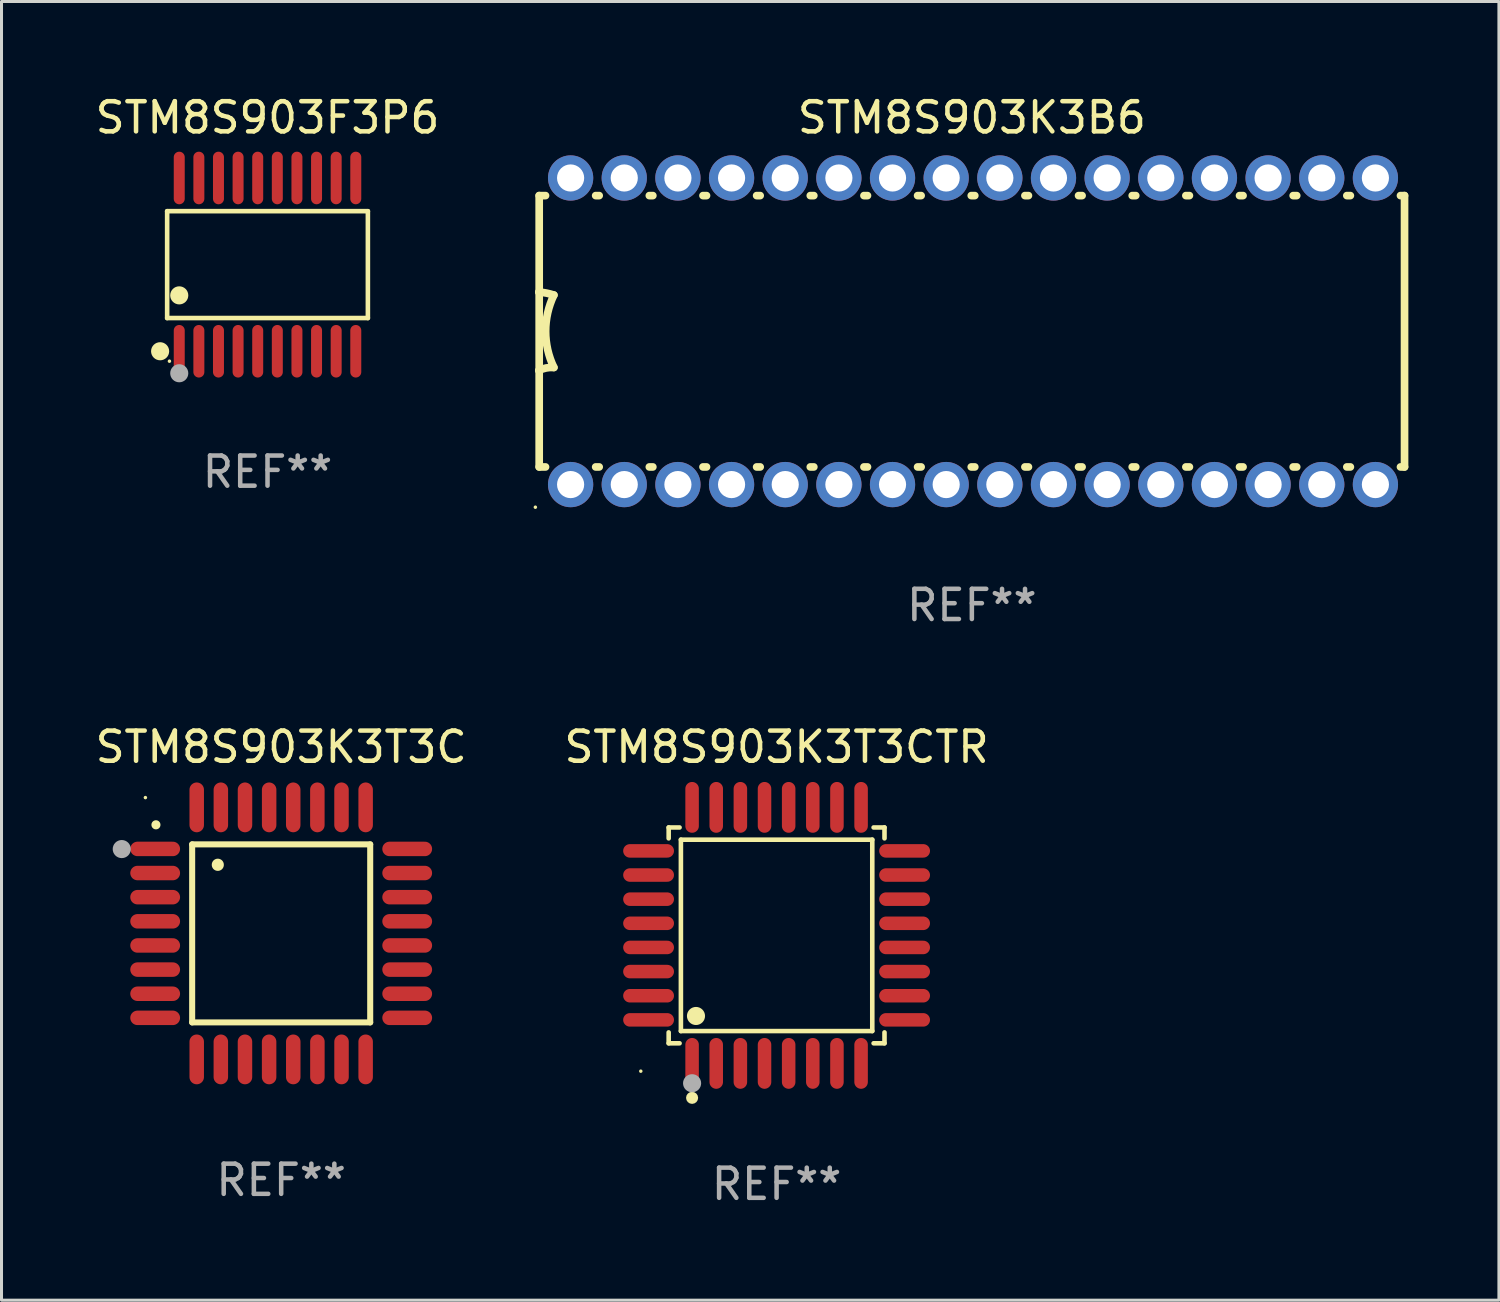
<source format=kicad_pcb>
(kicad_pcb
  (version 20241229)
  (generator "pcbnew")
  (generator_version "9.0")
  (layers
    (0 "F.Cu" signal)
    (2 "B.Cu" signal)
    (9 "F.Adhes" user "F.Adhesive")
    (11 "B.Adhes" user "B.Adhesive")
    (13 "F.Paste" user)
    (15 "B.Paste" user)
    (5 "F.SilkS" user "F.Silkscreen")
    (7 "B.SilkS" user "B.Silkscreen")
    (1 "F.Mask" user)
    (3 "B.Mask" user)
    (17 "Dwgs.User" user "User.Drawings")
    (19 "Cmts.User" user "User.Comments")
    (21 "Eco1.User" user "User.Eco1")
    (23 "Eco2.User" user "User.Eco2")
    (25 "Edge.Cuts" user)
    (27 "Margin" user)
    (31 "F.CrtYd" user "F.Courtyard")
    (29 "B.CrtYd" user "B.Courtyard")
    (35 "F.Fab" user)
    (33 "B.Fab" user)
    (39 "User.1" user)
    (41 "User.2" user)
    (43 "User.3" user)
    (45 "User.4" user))
  (footprint "STM8S903K3T3C"
    (layer "F.Cu")
    (at 6.268 27.881)
    (property "Reference" "STM8S903K3T3C" (at 0 -6.176 0) (layer "F.SilkS") (effects (font (size 1 1) (thickness 0.15))))
    (attr through_hole)
    (fp_line (start -2.95 -2.95) (end -2.95 2.95) (stroke (width 0.2) (type solid)) (layer "F.SilkS"))
    (fp_line (start -2.95 2.95) (end 2.95 2.95) (stroke (width 0.2) (type solid)) (layer "F.SilkS"))
    (fp_line (start 2.95 -2.95) (end -2.95 -2.95) (stroke (width 0.2) (type solid)) (layer "F.SilkS"))
    (fp_line (start 2.95 2.95) (end 2.95 -2.95) (stroke (width 0.2) (type solid)) (layer "F.SilkS"))
    (fp_arc (start -4.150178 -3.596622) (mid -4.150183 -3.597892) (end -4.150178 -3.599162) (stroke (width 0.3) (type solid)) (layer "F.SilkS"))
    (fp_arc (start -2.100394 -2.270739) (mid -2.10041 -2.273279) (end -2.100394 -2.275819) (stroke (width 0.4) (type solid)) (layer "F.SilkS"))
    (fp_circle (center -4.5 -4.5) (end -4.47 -4.5) (stroke (width 0.06) (type solid)) (fill no) (layer "F.SilkS"))
    (fp_circle (center -5.283 -2.794) (end -5.133 -2.794) (stroke (width 0.3) (type solid)) (fill no) (layer "F.Fab"))
    (fp_text user "REF**" (at 0 8.176 0) (layer "F.Fab") (effects (font (size 1 1) (thickness 0.15))))
    (pad "1" smd oval (at -4.176 -2.799 90) (size 0.48 1.65) (layers "F.Cu" "F.Mask" "F.Paste"))
    (pad "2" smd oval (at -4.176 -2 90) (size 0.48 1.65) (layers "F.Cu" "F.Mask" "F.Paste"))
    (pad "3" smd oval (at -4.176 -1.2 90) (size 0.48 1.65) (layers "F.Cu" "F.Mask" "F.Paste"))
    (pad "4" smd oval (at -4.176 -0.4 90) (size 0.48 1.65) (layers "F.Cu" "F.Mask" "F.Paste"))
    (pad "5" smd oval (at -4.176 0.4 90) (size 0.48 1.65) (layers "F.Cu" "F.Mask" "F.Paste"))
    (pad "6" smd oval (at -4.176 1.2 90) (size 0.48 1.65) (layers "F.Cu" "F.Mask" "F.Paste"))
    (pad "7" smd oval (at -4.176 2 90) (size 0.48 1.65) (layers "F.Cu" "F.Mask" "F.Paste"))
    (pad "8" smd oval (at -4.176 2.799 90) (size 0.48 1.65) (layers "F.Cu" "F.Mask" "F.Paste"))
    (pad "9" smd oval (at -2.799 4.176) (size 0.48 1.65) (layers "F.Cu" "F.Mask" "F.Paste"))
    (pad "10" smd oval (at -2 4.176) (size 0.48 1.65) (layers "F.Cu" "F.Mask" "F.Paste"))
    (pad "11" smd oval (at -1.2 4.176) (size 0.48 1.65) (layers "F.Cu" "F.Mask" "F.Paste"))
    (pad "12" smd oval (at -0.4 4.176) (size 0.48 1.65) (layers "F.Cu" "F.Mask" "F.Paste"))
    (pad "13" smd oval (at 0.4 4.176) (size 0.48 1.65) (layers "F.Cu" "F.Mask" "F.Paste"))
    (pad "14" smd oval (at 1.2 4.176) (size 0.48 1.65) (layers "F.Cu" "F.Mask" "F.Paste"))
    (pad "15" smd oval (at 2 4.176) (size 0.48 1.65) (layers "F.Cu" "F.Mask" "F.Paste"))
    (pad "16" smd oval (at 2.799 4.176) (size 0.48 1.65) (layers "F.Cu" "F.Mask" "F.Paste"))
    (pad "17" smd oval (at 4.176 2.799 90) (size 0.48 1.65) (layers "F.Cu" "F.Mask" "F.Paste"))
    (pad "18" smd oval (at 4.176 2 90) (size 0.48 1.65) (layers "F.Cu" "F.Mask" "F.Paste"))
    (pad "19" smd oval (at 4.176 1.2 90) (size 0.48 1.65) (layers "F.Cu" "F.Mask" "F.Paste"))
    (pad "20" smd oval (at 4.176 0.4 90) (size 0.48 1.65) (layers "F.Cu" "F.Mask" "F.Paste"))
    (pad "21" smd oval (at 4.176 -0.4 90) (size 0.48 1.65) (layers "F.Cu" "F.Mask" "F.Paste"))
    (pad "22" smd oval (at 4.176 -1.2 90) (size 0.48 1.65) (layers "F.Cu" "F.Mask" "F.Paste"))
    (pad "23" smd oval (at 4.176 -2 90) (size 0.48 1.65) (layers "F.Cu" "F.Mask" "F.Paste"))
    (pad "24" smd oval (at 4.176 -2.799 90) (size 0.48 1.65) (layers "F.Cu" "F.Mask" "F.Paste"))
    (pad "25" smd oval (at 2.799 -4.176) (size 0.48 1.65) (layers "F.Cu" "F.Mask" "F.Paste"))
    (pad "26" smd oval (at 1.999 -4.176) (size 0.48 1.65) (layers "F.Cu" "F.Mask" "F.Paste"))
    (pad "27" smd oval (at 1.199 -4.176) (size 0.48 1.65) (layers "F.Cu" "F.Mask" "F.Paste"))
    (pad "28" smd oval (at 0.399 -4.176) (size 0.48 1.65) (layers "F.Cu" "F.Mask" "F.Paste"))
    (pad "29" smd oval (at -0.399 -4.176) (size 0.48 1.65) (layers "F.Cu" "F.Mask" "F.Paste"))
    (pad "30" smd oval (at -1.199 -4.176) (size 0.48 1.65) (layers "F.Cu" "F.Mask" "F.Paste"))
    (pad "31" smd oval (at -1.999 -4.176) (size 0.48 1.65) (layers "F.Cu" "F.Mask" "F.Paste"))
    (pad "32" smd oval (at -2.799 -4.176) (size 0.48 1.65) (layers "F.Cu" "F.Mask" "F.Paste")))
  (footprint "STM8S903K3B6"
    (layer "F.Cu")
    (at 29.156 7.928)
    (property "Reference" "STM8S903K3B6" (at 0 -7.08 0) (layer "F.SilkS") (effects (font (size 1 1) (thickness 0.15))))
    (attr through_hole)
    (fp_line (start -14.338 -4.496) (end -14.128 -4.496) (stroke (width 0.254) (type solid)) (layer "F.SilkS"))
    (fp_line (start -14.338 -1.295) (end -14.338 -4.496) (stroke (width 0.254) (type solid)) (layer "F.SilkS"))
    (fp_line (start -14.338 1.295) (end -14.338 -1.295) (stroke (width 0.254) (type solid)) (layer "F.SilkS"))
    (fp_line (start -14.338 4.496) (end -14.338 1.295) (stroke (width 0.254) (type solid)) (layer "F.SilkS"))
    (fp_line (start -14.338 4.496) (end -14.128 4.496) (stroke (width 0.254) (type solid)) (layer "F.SilkS"))
    (fp_line (start -12.466 -4.496) (end -12.35 -4.496) (stroke (width 0.254) (type solid)) (layer "F.SilkS"))
    (fp_line (start -12.466 4.496) (end -12.35 4.496) (stroke (width 0.254) (type solid)) (layer "F.SilkS"))
    (fp_line (start -10.688 -4.496) (end -10.572 -4.496) (stroke (width 0.254) (type solid)) (layer "F.SilkS"))
    (fp_line (start -10.688 4.496) (end -10.572 4.496) (stroke (width 0.254) (type solid)) (layer "F.SilkS"))
    (fp_line (start -8.91 -4.496) (end -8.793 -4.496) (stroke (width 0.254) (type solid)) (layer "F.SilkS"))
    (fp_line (start -8.91 4.496) (end -8.793 4.496) (stroke (width 0.254) (type solid)) (layer "F.SilkS"))
    (fp_line (start -7.132 -4.496) (end -7.015 -4.496) (stroke (width 0.254) (type solid)) (layer "F.SilkS"))
    (fp_line (start -7.132 4.496) (end -7.015 4.496) (stroke (width 0.254) (type solid)) (layer "F.SilkS"))
    (fp_line (start -5.354 -4.496) (end -5.237 -4.496) (stroke (width 0.254) (type solid)) (layer "F.SilkS"))
    (fp_line (start -5.354 4.496) (end -5.237 4.496) (stroke (width 0.254) (type solid)) (layer "F.SilkS"))
    (fp_line (start -3.576 -4.496) (end -3.459 -4.496) (stroke (width 0.254) (type solid)) (layer "F.SilkS"))
    (fp_line (start -3.576 4.496) (end -3.459 4.496) (stroke (width 0.254) (type solid)) (layer "F.SilkS"))
    (fp_line (start -1.798 -4.496) (end -1.681 -4.496) (stroke (width 0.254) (type solid)) (layer "F.SilkS"))
    (fp_line (start -1.798 4.496) (end -1.681 4.496) (stroke (width 0.254) (type solid)) (layer "F.SilkS"))
    (fp_line (start -0.02 -4.496) (end 0.097 -4.496) (stroke (width 0.254) (type solid)) (layer "F.SilkS"))
    (fp_line (start -0.02 4.496) (end 0.097 4.496) (stroke (width 0.254) (type solid)) (layer "F.SilkS"))
    (fp_line (start 1.758 -4.496) (end 1.875 -4.496) (stroke (width 0.254) (type solid)) (layer "F.SilkS"))
    (fp_line (start 1.758 4.496) (end 1.875 4.496) (stroke (width 0.254) (type solid)) (layer "F.SilkS"))
    (fp_line (start 3.536 -4.496) (end 3.653 -4.496) (stroke (width 0.254) (type solid)) (layer "F.SilkS"))
    (fp_line (start 3.536 4.496) (end 3.653 4.496) (stroke (width 0.254) (type solid)) (layer "F.SilkS"))
    (fp_line (start 5.314 -4.496) (end 5.431 -4.496) (stroke (width 0.254) (type solid)) (layer "F.SilkS"))
    (fp_line (start 5.314 4.496) (end 5.431 4.496) (stroke (width 0.254) (type solid)) (layer "F.SilkS"))
    (fp_line (start 7.092 -4.496) (end 7.209 -4.496) (stroke (width 0.254) (type solid)) (layer "F.SilkS"))
    (fp_line (start 7.092 4.496) (end 7.209 4.496) (stroke (width 0.254) (type solid)) (layer "F.SilkS"))
    (fp_line (start 8.87 -4.496) (end 8.987 -4.496) (stroke (width 0.254) (type solid)) (layer "F.SilkS"))
    (fp_line (start 8.87 4.496) (end 8.987 4.496) (stroke (width 0.254) (type solid)) (layer "F.SilkS"))
    (fp_line (start 10.648 -4.496) (end 10.765 -4.496) (stroke (width 0.254) (type solid)) (layer "F.SilkS"))
    (fp_line (start 10.648 4.496) (end 10.765 4.496) (stroke (width 0.254) (type solid)) (layer "F.SilkS"))
    (fp_line (start 12.426 -4.496) (end 12.543 -4.496) (stroke (width 0.254) (type solid)) (layer "F.SilkS"))
    (fp_line (start 12.426 4.496) (end 12.543 4.496) (stroke (width 0.254) (type solid)) (layer "F.SilkS"))
    (fp_line (start 14.204 -4.496) (end 14.338 -4.496) (stroke (width 0.254) (type solid)) (layer "F.SilkS"))
    (fp_line (start 14.204 4.496) (end 14.338 4.496) (stroke (width 0.254) (type solid)) (layer "F.SilkS"))
    (fp_line (start 14.338 -4.496) (end 14.338 4.496) (stroke (width 0.254) (type solid)) (layer "F.SilkS"))
    (fp_arc (start -14.350902 -1.3) (mid -14.09779 -1.26556) (end -13.850902 -1.2) (stroke (width 0.254001) (type solid)) (layer "F.SilkS"))
    (fp_arc (start -14.350902 1.3) (mid -14.107595 1.216535) (end -13.850902 1.2) (stroke (width 0.254001) (type solid)) (layer "F.SilkS"))
    (fp_arc (start -13.850902 1.2) (mid -14.123939 0) (end -13.850902 -1.2) (stroke (width 0.254001) (type solid)) (layer "F.SilkS"))
    (fp_circle (center -14.465 5.83) (end -14.435 5.83) (stroke (width 0.06) (type solid)) (fill no) (layer "F.SilkS"))
    (fp_text user "REF**" (at 0 9.08 0) (layer "F.Fab") (effects (font (size 1 1) (thickness 0.15))))
    (pad "1" thru_hole circle (at -13.297 5.08) (size 1.5 1.5) (drill 0.9) (layers "*.Cu" "*.Mask"))
    (pad "2" thru_hole circle (at -11.519 5.08) (size 1.5 1.5) (drill 0.9) (layers "*.Cu" "*.Mask"))
    (pad "3" thru_hole circle (at -9.741 5.08) (size 1.5 1.5) (drill 0.9) (layers "*.Cu" "*.Mask"))
    (pad "4" thru_hole circle (at -7.963 5.08) (size 1.5 1.5) (drill 0.9) (layers "*.Cu" "*.Mask"))
    (pad "5" thru_hole circle (at -6.185 5.08) (size 1.5 1.5) (drill 0.9) (layers "*.Cu" "*.Mask"))
    (pad "6" thru_hole circle (at -4.407 5.08) (size 1.5 1.5) (drill 0.9) (layers "*.Cu" "*.Mask"))
    (pad "7" thru_hole circle (at -2.629 5.08) (size 1.5 1.5) (drill 0.9) (layers "*.Cu" "*.Mask"))
    (pad "8" thru_hole circle (at -0.851 5.08) (size 1.5 1.5) (drill 0.9) (layers "*.Cu" "*.Mask"))
    (pad "9" thru_hole circle (at 0.927 5.08) (size 1.5 1.5) (drill 0.9) (layers "*.Cu" "*.Mask"))
    (pad "10" thru_hole circle (at 2.705 5.08) (size 1.5 1.5) (drill 0.9) (layers "*.Cu" "*.Mask"))
    (pad "11" thru_hole circle (at 4.483 5.08) (size 1.5 1.5) (drill 0.9) (layers "*.Cu" "*.Mask"))
    (pad "12" thru_hole circle (at 6.261 5.08) (size 1.5 1.5) (drill 0.9) (layers "*.Cu" "*.Mask"))
    (pad "13" thru_hole circle (at 8.039 5.08) (size 1.5 1.5) (drill 0.9) (layers "*.Cu" "*.Mask"))
    (pad "14" thru_hole circle (at 9.817 5.08) (size 1.5 1.5) (drill 0.9) (layers "*.Cu" "*.Mask"))
    (pad "15" thru_hole circle (at 11.595 5.08) (size 1.5 1.5) (drill 0.9) (layers "*.Cu" "*.Mask"))
    (pad "16" thru_hole circle (at 13.373 5.08) (size 1.5 1.5) (drill 0.9) (layers "*.Cu" "*.Mask"))
    (pad "17" thru_hole circle (at 13.373 -5.08) (size 1.5 1.5) (drill 0.9) (layers "*.Cu" "*.Mask"))
    (pad "18" thru_hole circle (at 11.595 -5.08) (size 1.5 1.5) (drill 0.9) (layers "*.Cu" "*.Mask"))
    (pad "19" thru_hole circle (at 9.817 -5.08) (size 1.5 1.5) (drill 0.9) (layers "*.Cu" "*.Mask"))
    (pad "20" thru_hole circle (at 8.039 -5.08) (size 1.5 1.5) (drill 0.9) (layers "*.Cu" "*.Mask"))
    (pad "21" thru_hole circle (at 6.261 -5.08) (size 1.5 1.5) (drill 0.9) (layers "*.Cu" "*.Mask"))
    (pad "22" thru_hole circle (at 4.483 -5.08) (size 1.5 1.5) (drill 0.9) (layers "*.Cu" "*.Mask"))
    (pad "23" thru_hole circle (at 2.705 -5.08) (size 1.5 1.5) (drill 0.9) (layers "*.Cu" "*.Mask"))
    (pad "24" thru_hole circle (at 0.927 -5.08) (size 1.5 1.5) (drill 0.9) (layers "*.Cu" "*.Mask"))
    (pad "25" thru_hole circle (at -0.851 -5.08) (size 1.5 1.5) (drill 0.9) (layers "*.Cu" "*.Mask"))
    (pad "26" thru_hole circle (at -2.629 -5.08) (size 1.5 1.5) (drill 0.9) (layers "*.Cu" "*.Mask"))
    (pad "27" thru_hole circle (at -4.407 -5.08) (size 1.5 1.5) (drill 0.9) (layers "*.Cu" "*.Mask"))
    (pad "28" thru_hole circle (at -6.185 -5.08) (size 1.5 1.5) (drill 0.9) (layers "*.Cu" "*.Mask"))
    (pad "29" thru_hole circle (at -7.963 -5.08) (size 1.5 1.5) (drill 0.9) (layers "*.Cu" "*.Mask"))
    (pad "30" thru_hole circle (at -9.741 -5.08) (size 1.5 1.5) (drill 0.9) (layers "*.Cu" "*.Mask"))
    (pad "31" thru_hole circle (at -11.519 -5.08) (size 1.5 1.5) (drill 0.9) (layers "*.Cu" "*.Mask"))
    (pad "32" thru_hole circle (at -13.297 -5.08) (size 1.5 1.5) (drill 0.9) (layers "*.Cu" "*.Mask")))
  (footprint "STM8S903F3P6"
    (layer "F.Cu")
    (at 5.815 5.719)
    (property "Reference" "STM8S903F3P6" (at 0 -4.871 0) (layer "F.SilkS") (effects (font (size 1 1) (thickness 0.15))))
    (attr through_hole)
    (fp_line (start -3.326 -1.771) (end 3.326 -1.771) (stroke (width 0.152) (type solid)) (layer "F.SilkS"))
    (fp_line (start -3.326 1.771) (end -3.326 -1.771) (stroke (width 0.152) (type solid)) (layer "F.SilkS"))
    (fp_line (start 3.326 -1.771) (end 3.326 1.771) (stroke (width 0.152) (type solid)) (layer "F.SilkS"))
    (fp_line (start 3.326 1.771) (end -3.326 1.771) (stroke (width 0.152) (type solid)) (layer "F.SilkS"))
    (fp_circle (center -3.559 2.871) (end -3.409 2.871) (stroke (width 0.3) (type solid)) (fill no) (layer "F.SilkS"))
    (fp_circle (center -3.25 3.2) (end -3.22 3.2) (stroke (width 0.06) (type solid)) (fill no) (layer "F.SilkS"))
    (fp_circle (center -2.925 1.019) (end -2.775 1.019) (stroke (width 0.3) (type solid)) (fill no) (layer "F.SilkS"))
    (fp_circle (center -2.925 3.6) (end -2.775 3.6) (stroke (width 0.3) (type solid)) (fill no) (layer "F.Fab"))
    (fp_text user "REF**" (at 0 6.871 0) (layer "F.Fab") (effects (font (size 1 1) (thickness 0.15))))
    (pad "1" smd oval (at -2.925 2.871) (size 0.364 1.742) (layers "F.Cu" "F.Mask" "F.Paste"))
    (pad "2" smd oval (at -2.275 2.871) (size 0.364 1.742) (layers "F.Cu" "F.Mask" "F.Paste"))
    (pad "3" smd oval (at -1.625 2.871) (size 0.364 1.742) (layers "F.Cu" "F.Mask" "F.Paste"))
    (pad "4" smd oval (at -0.975 2.871) (size 0.364 1.742) (layers "F.Cu" "F.Mask" "F.Paste"))
    (pad "5" smd oval (at -0.325 2.871) (size 0.364 1.742) (layers "F.Cu" "F.Mask" "F.Paste"))
    (pad "6" smd oval (at 0.325 2.871) (size 0.364 1.742) (layers "F.Cu" "F.Mask" "F.Paste"))
    (pad "7" smd oval (at 0.975 2.871) (size 0.364 1.742) (layers "F.Cu" "F.Mask" "F.Paste"))
    (pad "8" smd oval (at 1.625 2.871) (size 0.364 1.742) (layers "F.Cu" "F.Mask" "F.Paste"))
    (pad "9" smd oval (at 2.275 2.871) (size 0.364 1.742) (layers "F.Cu" "F.Mask" "F.Paste"))
    (pad "10" smd oval (at 2.925 2.871) (size 0.364 1.742) (layers "F.Cu" "F.Mask" "F.Paste"))
    (pad "11" smd oval (at 2.925 -2.871) (size 0.364 1.742) (layers "F.Cu" "F.Mask" "F.Paste"))
    (pad "12" smd oval (at 2.275 -2.871) (size 0.364 1.742) (layers "F.Cu" "F.Mask" "F.Paste"))
    (pad "13" smd oval (at 1.625 -2.871) (size 0.364 1.742) (layers "F.Cu" "F.Mask" "F.Paste"))
    (pad "14" smd oval (at 0.975 -2.871) (size 0.364 1.742) (layers "F.Cu" "F.Mask" "F.Paste"))
    (pad "15" smd oval (at 0.325 -2.871) (size 0.364 1.742) (layers "F.Cu" "F.Mask" "F.Paste"))
    (pad "16" smd oval (at -0.325 -2.871) (size 0.364 1.742) (layers "F.Cu" "F.Mask" "F.Paste"))
    (pad "17" smd oval (at -0.975 -2.871) (size 0.364 1.742) (layers "F.Cu" "F.Mask" "F.Paste"))
    (pad "18" smd oval (at -1.625 -2.871) (size 0.364 1.742) (layers "F.Cu" "F.Mask" "F.Paste"))
    (pad "19" smd oval (at -2.275 -2.871) (size 0.364 1.742) (layers "F.Cu" "F.Mask" "F.Paste"))
    (pad "20" smd oval (at -2.925 -2.871) (size 0.364 1.742) (layers "F.Cu" "F.Mask" "F.Paste")))
  (footprint "STM8S903K3T3CTR"
    (layer "F.Cu")
    (at 22.685 27.947)
    (property "Reference" "STM8S903K3T3CTR" (at 0 -6.242 0) (layer "F.SilkS") (effects (font (size 1 1) (thickness 0.15))))
    (attr through_hole)
    (fp_line (start -3.576 -3.576) (end -3.215 -3.576) (stroke (width 0.152) (type solid)) (layer "F.SilkS"))
    (fp_line (start -3.576 -3.215) (end -3.576 -3.576) (stroke (width 0.152) (type solid)) (layer "F.SilkS"))
    (fp_line (start -3.576 3.215) (end -3.576 3.576) (stroke (width 0.152) (type solid)) (layer "F.SilkS"))
    (fp_line (start -3.576 3.576) (end -3.215 3.576) (stroke (width 0.152) (type solid)) (layer "F.SilkS"))
    (fp_line (start -3.171 -3.171) (end 3.171 -3.171) (stroke (width 0.152) (type solid)) (layer "F.SilkS"))
    (fp_line (start -3.171 3.171) (end -3.171 -3.171) (stroke (width 0.152) (type solid)) (layer "F.SilkS"))
    (fp_line (start 3.171 -3.171) (end 3.171 3.171) (stroke (width 0.152) (type solid)) (layer "F.SilkS"))
    (fp_line (start 3.171 3.171) (end -3.171 3.171) (stroke (width 0.152) (type solid)) (layer "F.SilkS"))
    (fp_line (start 3.576 -3.576) (end 3.215 -3.576) (stroke (width 0.152) (type solid)) (layer "F.SilkS"))
    (fp_line (start 3.576 -3.215) (end 3.576 -3.576) (stroke (width 0.152) (type solid)) (layer "F.SilkS"))
    (fp_line (start 3.576 3.215) (end 3.576 3.576) (stroke (width 0.152) (type solid)) (layer "F.SilkS"))
    (fp_line (start 3.576 3.576) (end 3.215 3.576) (stroke (width 0.152) (type solid)) (layer "F.SilkS"))
    (fp_circle (center -4.5 4.5) (end -4.47 4.5) (stroke (width 0.06) (type solid)) (fill no) (layer "F.SilkS"))
    (fp_circle (center -2.8 5.384) (end -2.7 5.384) (stroke (width 0.2) (type solid)) (fill no) (layer "F.SilkS"))
    (fp_circle (center -2.671 2.671) (end -2.521 2.671) (stroke (width 0.3) (type solid)) (fill no) (layer "F.SilkS"))
    (fp_circle (center -2.8 4.9) (end -2.65 4.9) (stroke (width 0.3) (type solid)) (fill no) (layer "F.Fab"))
    (fp_text user "REF**" (at 0 8.242 0) (layer "F.Fab") (effects (font (size 1 1) (thickness 0.15))))
    (pad "1" smd oval (at -2.8 4.242) (size 0.448 1.684) (layers "F.Cu" "F.Mask" "F.Paste"))
    (pad "2" smd oval (at -2 4.242) (size 0.448 1.684) (layers "F.Cu" "F.Mask" "F.Paste"))
    (pad "3" smd oval (at -1.2 4.242) (size 0.448 1.684) (layers "F.Cu" "F.Mask" "F.Paste"))
    (pad "4" smd oval (at -0.4 4.242) (size 0.448 1.684) (layers "F.Cu" "F.Mask" "F.Paste"))
    (pad "5" smd oval (at 0.4 4.242) (size 0.448 1.684) (layers "F.Cu" "F.Mask" "F.Paste"))
    (pad "6" smd oval (at 1.2 4.242) (size 0.448 1.684) (layers "F.Cu" "F.Mask" "F.Paste"))
    (pad "7" smd oval (at 2 4.242) (size 0.448 1.684) (layers "F.Cu" "F.Mask" "F.Paste"))
    (pad "8" smd oval (at 2.8 4.242) (size 0.448 1.684) (layers "F.Cu" "F.Mask" "F.Paste"))
    (pad "9" smd oval (at 4.242 2.8) (size 1.684 0.448) (layers "F.Cu" "F.Mask" "F.Paste"))
    (pad "10" smd oval (at 4.242 2) (size 1.684 0.448) (layers "F.Cu" "F.Mask" "F.Paste"))
    (pad "11" smd oval (at 4.242 1.2) (size 1.684 0.448) (layers "F.Cu" "F.Mask" "F.Paste"))
    (pad "12" smd oval (at 4.242 0.4) (size 1.684 0.448) (layers "F.Cu" "F.Mask" "F.Paste"))
    (pad "13" smd oval (at 4.242 -0.4) (size 1.684 0.448) (layers "F.Cu" "F.Mask" "F.Paste"))
    (pad "14" smd oval (at 4.242 -1.2) (size 1.684 0.448) (layers "F.Cu" "F.Mask" "F.Paste"))
    (pad "15" smd oval (at 4.242 -2) (size 1.684 0.448) (layers "F.Cu" "F.Mask" "F.Paste"))
    (pad "16" smd oval (at 4.242 -2.8) (size 1.684 0.448) (layers "F.Cu" "F.Mask" "F.Paste"))
    (pad "17" smd oval (at 2.8 -4.242) (size 0.448 1.684) (layers "F.Cu" "F.Mask" "F.Paste"))
    (pad "18" smd oval (at 2 -4.242) (size 0.448 1.684) (layers "F.Cu" "F.Mask" "F.Paste"))
    (pad "19" smd oval (at 1.2 -4.242) (size 0.448 1.684) (layers "F.Cu" "F.Mask" "F.Paste"))
    (pad "20" smd oval (at 0.4 -4.242) (size 0.448 1.684) (layers "F.Cu" "F.Mask" "F.Paste"))
    (pad "21" smd oval (at -0.4 -4.242) (size 0.448 1.684) (layers "F.Cu" "F.Mask" "F.Paste"))
    (pad "22" smd oval (at -1.2 -4.242) (size 0.448 1.684) (layers "F.Cu" "F.Mask" "F.Paste"))
    (pad "23" smd oval (at -2 -4.242) (size 0.448 1.684) (layers "F.Cu" "F.Mask" "F.Paste"))
    (pad "24" smd oval (at -2.8 -4.242) (size 0.448 1.684) (layers "F.Cu" "F.Mask" "F.Paste"))
    (pad "25" smd oval (at -4.242 -2.8) (size 1.684 0.448) (layers "F.Cu" "F.Mask" "F.Paste"))
    (pad "26" smd oval (at -4.242 -2) (size 1.684 0.448) (layers "F.Cu" "F.Mask" "F.Paste"))
    (pad "27" smd oval (at -4.242 -1.2) (size 1.684 0.448) (layers "F.Cu" "F.Mask" "F.Paste"))
    (pad "28" smd oval (at -4.242 -0.4) (size 1.684 0.448) (layers "F.Cu" "F.Mask" "F.Paste"))
    (pad "29" smd oval (at -4.242 0.4) (size 1.684 0.448) (layers "F.Cu" "F.Mask" "F.Paste"))
    (pad "30" smd oval (at -4.242 1.2) (size 1.684 0.448) (layers "F.Cu" "F.Mask" "F.Paste"))
    (pad "31" smd oval (at -4.242 2) (size 1.684 0.448) (layers "F.Cu" "F.Mask" "F.Paste"))
    (pad "32" smd oval (at -4.242 2.8) (size 1.684 0.448) (layers "F.Cu" "F.Mask" "F.Paste")))
  (gr_rect
    (start -3 -3)
    (end 46.622 40.037)
    (stroke (width 0.1) (type default))
    (fill no)
    (layer "Edge.Cuts")))
</source>
